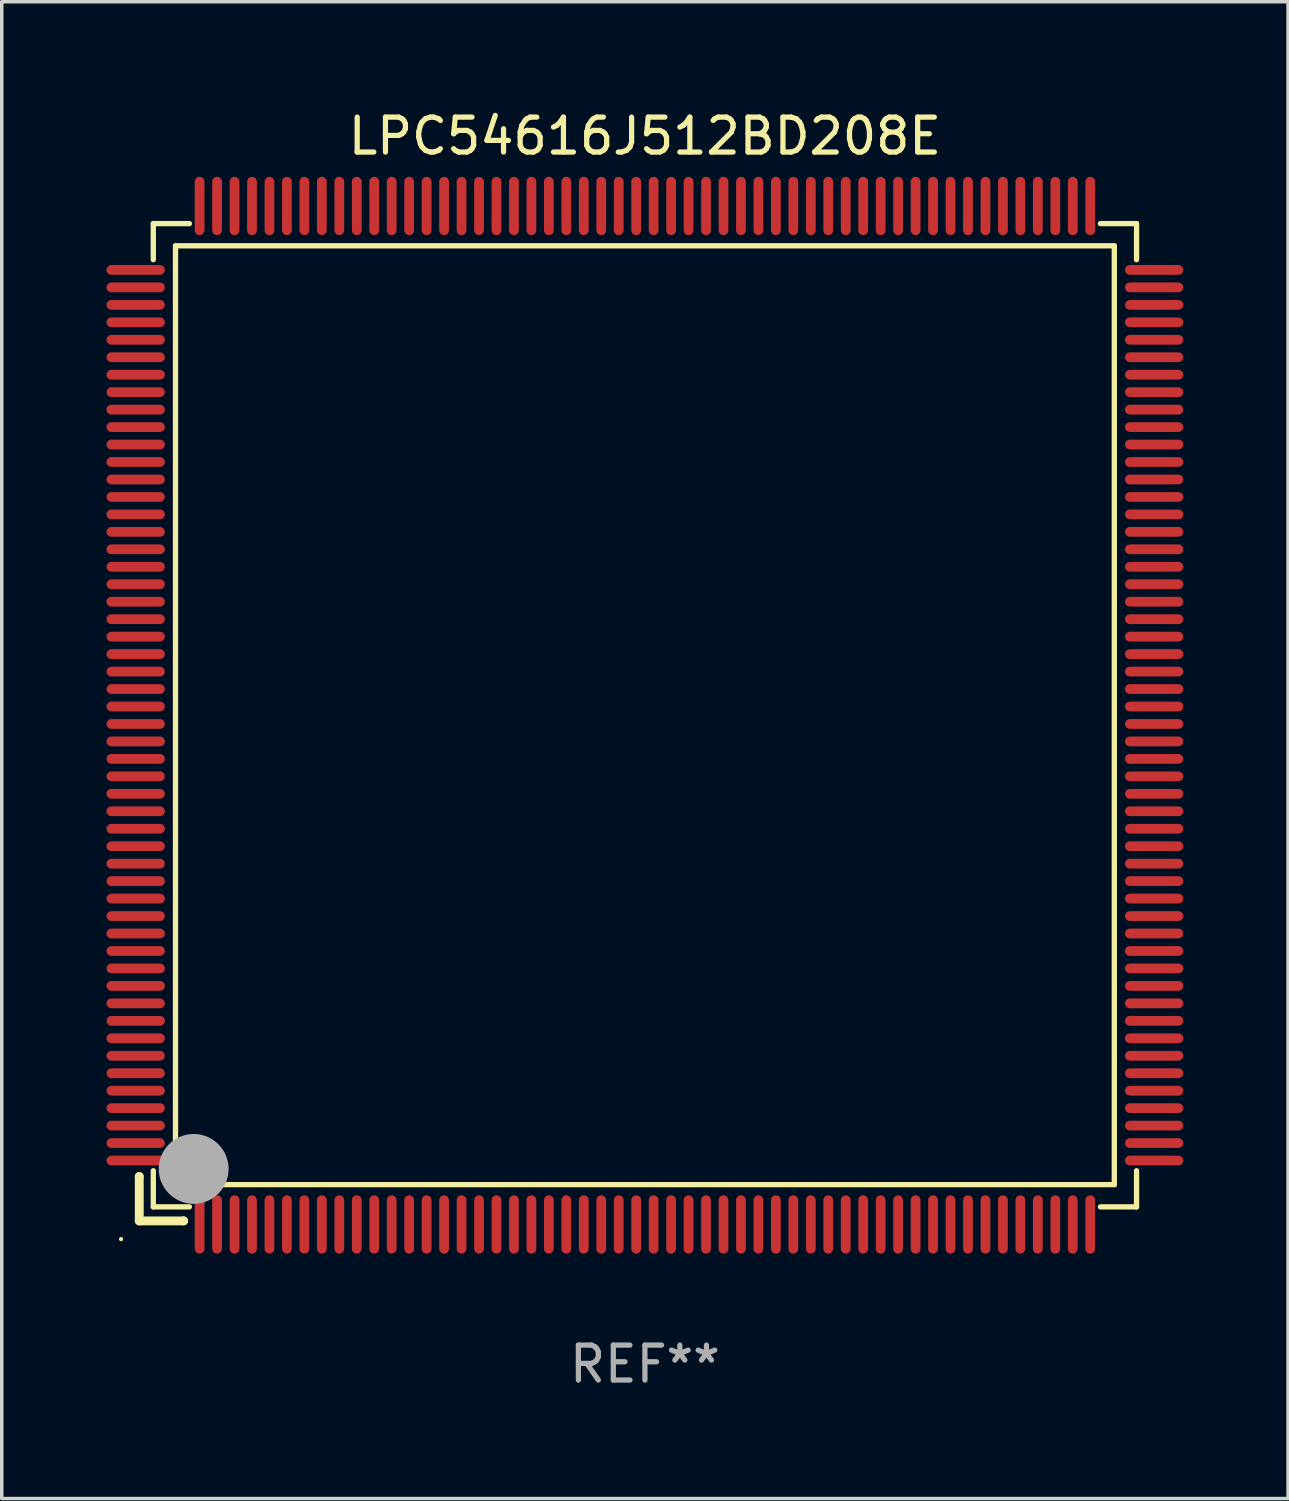
<source format=kicad_pcb>
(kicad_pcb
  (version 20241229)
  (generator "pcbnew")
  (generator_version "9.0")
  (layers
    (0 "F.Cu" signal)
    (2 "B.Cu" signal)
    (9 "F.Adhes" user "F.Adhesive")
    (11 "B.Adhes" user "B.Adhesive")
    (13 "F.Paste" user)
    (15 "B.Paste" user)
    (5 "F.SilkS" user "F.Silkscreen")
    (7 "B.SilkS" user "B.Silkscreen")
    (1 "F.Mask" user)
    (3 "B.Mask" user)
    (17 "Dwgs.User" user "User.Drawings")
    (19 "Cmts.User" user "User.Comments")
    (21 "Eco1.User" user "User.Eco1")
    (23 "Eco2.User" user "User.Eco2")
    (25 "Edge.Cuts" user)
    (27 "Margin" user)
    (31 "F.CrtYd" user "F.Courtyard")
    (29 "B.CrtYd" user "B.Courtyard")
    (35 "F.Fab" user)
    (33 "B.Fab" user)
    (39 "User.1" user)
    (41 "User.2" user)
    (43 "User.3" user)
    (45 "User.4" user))
  (footprint "LPC54616J512BD208E"
    (layer "F.Cu")
    (at 15.415 17.428)
    (property "Reference" "LPC54616J512BD208E" (at 0 -16.58 0) (layer "F.SilkS") (effects (font (size 1 1) (thickness 0.15))))
    (attr through_hole)
    (fp_line (start -14.478 13.208) (end -14.478 13.208) (stroke (width 0.254) (type solid)) (layer "F.SilkS"))
    (fp_line (start -14.478 13.208) (end -14.478 14.478) (stroke (width 0.254) (type solid)) (layer "F.SilkS"))
    (fp_line (start -14.478 14.478) (end -13.208 14.478) (stroke (width 0.254) (type solid)) (layer "F.SilkS"))
    (fp_line (start -14.076 -14.076) (end -14.076 -13.042) (stroke (width 0.152) (type solid)) (layer "F.SilkS"))
    (fp_line (start -14.076 14.076) (end -14.076 13.042) (stroke (width 0.152) (type solid)) (layer "F.SilkS"))
    (fp_line (start -13.44 -13.44) (end 13.44 -13.44) (stroke (width 0.152) (type solid)) (layer "F.SilkS"))
    (fp_line (start -13.44 13.44) (end -13.44 -13.44) (stroke (width 0.152) (type solid)) (layer "F.SilkS"))
    (fp_line (start -13.208 14.478) (end -13.208 14.478) (stroke (width 0.254) (type solid)) (layer "F.SilkS"))
    (fp_line (start -13.042 -14.076) (end -14.076 -14.076) (stroke (width 0.152) (type solid)) (layer "F.SilkS"))
    (fp_line (start -13.042 14.076) (end -14.076 14.076) (stroke (width 0.152) (type solid)) (layer "F.SilkS"))
    (fp_line (start 13.042 -14.076) (end 14.076 -14.076) (stroke (width 0.152) (type solid)) (layer "F.SilkS"))
    (fp_line (start 13.042 14.076) (end 14.076 14.076) (stroke (width 0.152) (type solid)) (layer "F.SilkS"))
    (fp_line (start 13.44 -13.44) (end 13.44 13.44) (stroke (width 0.152) (type solid)) (layer "F.SilkS"))
    (fp_line (start 13.44 13.44) (end -13.44 13.44) (stroke (width 0.152) (type solid)) (layer "F.SilkS"))
    (fp_line (start 14.076 -14.076) (end 14.076 -13.042) (stroke (width 0.152) (type solid)) (layer "F.SilkS"))
    (fp_line (start 14.076 14.076) (end 14.076 13.042) (stroke (width 0.152) (type solid)) (layer "F.SilkS"))
    (fp_circle (center -15 15) (end -14.97 15) (stroke (width 0.06) (type solid)) (fill no) (layer "F.SilkS"))
    (fp_circle (center -13.138 13.138) (end -13.063 13.138) (stroke (width 0.15) (type solid)) (fill no) (layer "F.SilkS"))
    (fp_circle (center -12.92 12.99) (end -12.42 12.99) (stroke (width 1) (type solid)) (fill no) (layer "F.Fab"))
    (fp_text user "REF**" (at 0 18.58 0) (layer "F.Fab") (effects (font (size 1 1) (thickness 0.15))))
    (pad "1" smd oval (at -12.75 14.58) (size 0.28 1.67) (layers "F.Cu" "F.Mask" "F.Paste"))
    (pad "2" smd oval (at -12.25 14.58) (size 0.28 1.67) (layers "F.Cu" "F.Mask" "F.Paste"))
    (pad "3" smd oval (at -11.75 14.58) (size 0.28 1.67) (layers "F.Cu" "F.Mask" "F.Paste"))
    (pad "4" smd oval (at -11.25 14.58) (size 0.28 1.67) (layers "F.Cu" "F.Mask" "F.Paste"))
    (pad "5" smd oval (at -10.75 14.58) (size 0.28 1.67) (layers "F.Cu" "F.Mask" "F.Paste"))
    (pad "6" smd oval (at -10.25 14.58) (size 0.28 1.67) (layers "F.Cu" "F.Mask" "F.Paste"))
    (pad "7" smd oval (at -9.75 14.58) (size 0.28 1.67) (layers "F.Cu" "F.Mask" "F.Paste"))
    (pad "8" smd oval (at -9.25 14.58) (size 0.28 1.67) (layers "F.Cu" "F.Mask" "F.Paste"))
    (pad "9" smd oval (at -8.75 14.58) (size 0.28 1.67) (layers "F.Cu" "F.Mask" "F.Paste"))
    (pad "10" smd oval (at -8.25 14.58) (size 0.28 1.67) (layers "F.Cu" "F.Mask" "F.Paste"))
    (pad "11" smd oval (at -7.75 14.58) (size 0.28 1.67) (layers "F.Cu" "F.Mask" "F.Paste"))
    (pad "12" smd oval (at -7.25 14.58) (size 0.28 1.67) (layers "F.Cu" "F.Mask" "F.Paste"))
    (pad "13" smd oval (at -6.75 14.58) (size 0.28 1.67) (layers "F.Cu" "F.Mask" "F.Paste"))
    (pad "14" smd oval (at -6.25 14.58) (size 0.28 1.67) (layers "F.Cu" "F.Mask" "F.Paste"))
    (pad "15" smd oval (at -5.75 14.58) (size 0.28 1.67) (layers "F.Cu" "F.Mask" "F.Paste"))
    (pad "16" smd oval (at -5.25 14.58) (size 0.28 1.67) (layers "F.Cu" "F.Mask" "F.Paste"))
    (pad "17" smd oval (at -4.75 14.58) (size 0.28 1.67) (layers "F.Cu" "F.Mask" "F.Paste"))
    (pad "18" smd oval (at -4.25 14.58) (size 0.28 1.67) (layers "F.Cu" "F.Mask" "F.Paste"))
    (pad "19" smd oval (at -3.75 14.58) (size 0.28 1.67) (layers "F.Cu" "F.Mask" "F.Paste"))
    (pad "20" smd oval (at -3.25 14.58) (size 0.28 1.67) (layers "F.Cu" "F.Mask" "F.Paste"))
    (pad "21" smd oval (at -2.75 14.58) (size 0.28 1.67) (layers "F.Cu" "F.Mask" "F.Paste"))
    (pad "22" smd oval (at -2.25 14.58) (size 0.28 1.67) (layers "F.Cu" "F.Mask" "F.Paste"))
    (pad "23" smd oval (at -1.75 14.58) (size 0.28 1.67) (layers "F.Cu" "F.Mask" "F.Paste"))
    (pad "24" smd oval (at -1.25 14.58) (size 0.28 1.67) (layers "F.Cu" "F.Mask" "F.Paste"))
    (pad "25" smd oval (at -0.75 14.58) (size 0.28 1.67) (layers "F.Cu" "F.Mask" "F.Paste"))
    (pad "26" smd oval (at -0.25 14.58) (size 0.28 1.67) (layers "F.Cu" "F.Mask" "F.Paste"))
    (pad "27" smd oval (at 0.25 14.58) (size 0.28 1.67) (layers "F.Cu" "F.Mask" "F.Paste"))
    (pad "28" smd oval (at 0.75 14.58) (size 0.28 1.67) (layers "F.Cu" "F.Mask" "F.Paste"))
    (pad "29" smd oval (at 1.25 14.58) (size 0.28 1.67) (layers "F.Cu" "F.Mask" "F.Paste"))
    (pad "30" smd oval (at 1.75 14.58) (size 0.28 1.67) (layers "F.Cu" "F.Mask" "F.Paste"))
    (pad "31" smd oval (at 2.25 14.58) (size 0.28 1.67) (layers "F.Cu" "F.Mask" "F.Paste"))
    (pad "32" smd oval (at 2.75 14.58) (size 0.28 1.67) (layers "F.Cu" "F.Mask" "F.Paste"))
    (pad "33" smd oval (at 3.25 14.58) (size 0.28 1.67) (layers "F.Cu" "F.Mask" "F.Paste"))
    (pad "34" smd oval (at 3.75 14.58) (size 0.28 1.67) (layers "F.Cu" "F.Mask" "F.Paste"))
    (pad "35" smd oval (at 4.25 14.58) (size 0.28 1.67) (layers "F.Cu" "F.Mask" "F.Paste"))
    (pad "36" smd oval (at 4.75 14.58) (size 0.28 1.67) (layers "F.Cu" "F.Mask" "F.Paste"))
    (pad "37" smd oval (at 5.25 14.58) (size 0.28 1.67) (layers "F.Cu" "F.Mask" "F.Paste"))
    (pad "38" smd oval (at 5.75 14.58) (size 0.28 1.67) (layers "F.Cu" "F.Mask" "F.Paste"))
    (pad "39" smd oval (at 6.25 14.58) (size 0.28 1.67) (layers "F.Cu" "F.Mask" "F.Paste"))
    (pad "40" smd oval (at 6.75 14.58) (size 0.28 1.67) (layers "F.Cu" "F.Mask" "F.Paste"))
    (pad "41" smd oval (at 7.25 14.58) (size 0.28 1.67) (layers "F.Cu" "F.Mask" "F.Paste"))
    (pad "42" smd oval (at 7.75 14.58) (size 0.28 1.67) (layers "F.Cu" "F.Mask" "F.Paste"))
    (pad "43" smd oval (at 8.25 14.58) (size 0.28 1.67) (layers "F.Cu" "F.Mask" "F.Paste"))
    (pad "44" smd oval (at 8.75 14.58) (size 0.28 1.67) (layers "F.Cu" "F.Mask" "F.Paste"))
    (pad "45" smd oval (at 9.25 14.58) (size 0.28 1.67) (layers "F.Cu" "F.Mask" "F.Paste"))
    (pad "46" smd oval (at 9.75 14.58) (size 0.28 1.67) (layers "F.Cu" "F.Mask" "F.Paste"))
    (pad "47" smd oval (at 10.25 14.58) (size 0.28 1.67) (layers "F.Cu" "F.Mask" "F.Paste"))
    (pad "48" smd oval (at 10.75 14.58) (size 0.28 1.67) (layers "F.Cu" "F.Mask" "F.Paste"))
    (pad "49" smd oval (at 11.25 14.58) (size 0.28 1.67) (layers "F.Cu" "F.Mask" "F.Paste"))
    (pad "50" smd oval (at 11.75 14.58) (size 0.28 1.67) (layers "F.Cu" "F.Mask" "F.Paste"))
    (pad "51" smd oval (at 12.25 14.58) (size 0.28 1.67) (layers "F.Cu" "F.Mask" "F.Paste"))
    (pad "52" smd oval (at 12.75 14.58) (size 0.28 1.67) (layers "F.Cu" "F.Mask" "F.Paste"))
    (pad "53" smd oval (at 14.58 12.75) (size 1.67 0.28) (layers "F.Cu" "F.Mask" "F.Paste"))
    (pad "54" smd oval (at 14.58 12.25) (size 1.67 0.28) (layers "F.Cu" "F.Mask" "F.Paste"))
    (pad "55" smd oval (at 14.58 11.75) (size 1.67 0.28) (layers "F.Cu" "F.Mask" "F.Paste"))
    (pad "56" smd oval (at 14.58 11.25) (size 1.67 0.28) (layers "F.Cu" "F.Mask" "F.Paste"))
    (pad "57" smd oval (at 14.58 10.75) (size 1.67 0.28) (layers "F.Cu" "F.Mask" "F.Paste"))
    (pad "58" smd oval (at 14.58 10.25) (size 1.67 0.28) (layers "F.Cu" "F.Mask" "F.Paste"))
    (pad "59" smd oval (at 14.58 9.75) (size 1.67 0.28) (layers "F.Cu" "F.Mask" "F.Paste"))
    (pad "60" smd oval (at 14.58 9.25) (size 1.67 0.28) (layers "F.Cu" "F.Mask" "F.Paste"))
    (pad "61" smd oval (at 14.58 8.75) (size 1.67 0.28) (layers "F.Cu" "F.Mask" "F.Paste"))
    (pad "62" smd oval (at 14.58 8.25) (size 1.67 0.28) (layers "F.Cu" "F.Mask" "F.Paste"))
    (pad "63" smd oval (at 14.58 7.75) (size 1.67 0.28) (layers "F.Cu" "F.Mask" "F.Paste"))
    (pad "64" smd oval (at 14.58 7.25) (size 1.67 0.28) (layers "F.Cu" "F.Mask" "F.Paste"))
    (pad "65" smd oval (at 14.58 6.75) (size 1.67 0.28) (layers "F.Cu" "F.Mask" "F.Paste"))
    (pad "66" smd oval (at 14.58 6.25) (size 1.67 0.28) (layers "F.Cu" "F.Mask" "F.Paste"))
    (pad "67" smd oval (at 14.58 5.75) (size 1.67 0.28) (layers "F.Cu" "F.Mask" "F.Paste"))
    (pad "68" smd oval (at 14.58 5.25) (size 1.67 0.28) (layers "F.Cu" "F.Mask" "F.Paste"))
    (pad "69" smd oval (at 14.58 4.75) (size 1.67 0.28) (layers "F.Cu" "F.Mask" "F.Paste"))
    (pad "70" smd oval (at 14.58 4.25) (size 1.67 0.28) (layers "F.Cu" "F.Mask" "F.Paste"))
    (pad "71" smd oval (at 14.58 3.75) (size 1.67 0.28) (layers "F.Cu" "F.Mask" "F.Paste"))
    (pad "72" smd oval (at 14.58 3.25) (size 1.67 0.28) (layers "F.Cu" "F.Mask" "F.Paste"))
    (pad "73" smd oval (at 14.58 2.75) (size 1.67 0.28) (layers "F.Cu" "F.Mask" "F.Paste"))
    (pad "74" smd oval (at 14.58 2.25) (size 1.67 0.28) (layers "F.Cu" "F.Mask" "F.Paste"))
    (pad "75" smd oval (at 14.58 1.75) (size 1.67 0.28) (layers "F.Cu" "F.Mask" "F.Paste"))
    (pad "76" smd oval (at 14.58 1.25) (size 1.67 0.28) (layers "F.Cu" "F.Mask" "F.Paste"))
    (pad "77" smd oval (at 14.58 0.75) (size 1.67 0.28) (layers "F.Cu" "F.Mask" "F.Paste"))
    (pad "78" smd oval (at 14.58 0.25) (size 1.67 0.28) (layers "F.Cu" "F.Mask" "F.Paste"))
    (pad "79" smd oval (at 14.58 -0.25) (size 1.67 0.28) (layers "F.Cu" "F.Mask" "F.Paste"))
    (pad "80" smd oval (at 14.58 -0.75) (size 1.67 0.28) (layers "F.Cu" "F.Mask" "F.Paste"))
    (pad "81" smd oval (at 14.58 -1.25) (size 1.67 0.28) (layers "F.Cu" "F.Mask" "F.Paste"))
    (pad "82" smd oval (at 14.58 -1.75) (size 1.67 0.28) (layers "F.Cu" "F.Mask" "F.Paste"))
    (pad "83" smd oval (at 14.58 -2.25) (size 1.67 0.28) (layers "F.Cu" "F.Mask" "F.Paste"))
    (pad "84" smd oval (at 14.58 -2.75) (size 1.67 0.28) (layers "F.Cu" "F.Mask" "F.Paste"))
    (pad "85" smd oval (at 14.58 -3.25) (size 1.67 0.28) (layers "F.Cu" "F.Mask" "F.Paste"))
    (pad "86" smd oval (at 14.58 -3.75) (size 1.67 0.28) (layers "F.Cu" "F.Mask" "F.Paste"))
    (pad "87" smd oval (at 14.58 -4.25) (size 1.67 0.28) (layers "F.Cu" "F.Mask" "F.Paste"))
    (pad "88" smd oval (at 14.58 -4.75) (size 1.67 0.28) (layers "F.Cu" "F.Mask" "F.Paste"))
    (pad "89" smd oval (at 14.58 -5.25) (size 1.67 0.28) (layers "F.Cu" "F.Mask" "F.Paste"))
    (pad "90" smd oval (at 14.58 -5.75) (size 1.67 0.28) (layers "F.Cu" "F.Mask" "F.Paste"))
    (pad "91" smd oval (at 14.58 -6.25) (size 1.67 0.28) (layers "F.Cu" "F.Mask" "F.Paste"))
    (pad "92" smd oval (at 14.58 -6.75) (size 1.67 0.28) (layers "F.Cu" "F.Mask" "F.Paste"))
    (pad "93" smd oval (at 14.58 -7.25) (size 1.67 0.28) (layers "F.Cu" "F.Mask" "F.Paste"))
    (pad "94" smd oval (at 14.58 -7.75) (size 1.67 0.28) (layers "F.Cu" "F.Mask" "F.Paste"))
    (pad "95" smd oval (at 14.58 -8.25) (size 1.67 0.28) (layers "F.Cu" "F.Mask" "F.Paste"))
    (pad "96" smd oval (at 14.58 -8.75) (size 1.67 0.28) (layers "F.Cu" "F.Mask" "F.Paste"))
    (pad "97" smd oval (at 14.58 -9.25) (size 1.67 0.28) (layers "F.Cu" "F.Mask" "F.Paste"))
    (pad "98" smd oval (at 14.58 -9.75) (size 1.67 0.28) (layers "F.Cu" "F.Mask" "F.Paste"))
    (pad "99" smd oval (at 14.58 -10.25) (size 1.67 0.28) (layers "F.Cu" "F.Mask" "F.Paste"))
    (pad "100" smd oval (at 14.58 -10.75) (size 1.67 0.28) (layers "F.Cu" "F.Mask" "F.Paste"))
    (pad "101" smd oval (at 14.58 -11.25) (size 1.67 0.28) (layers "F.Cu" "F.Mask" "F.Paste"))
    (pad "102" smd oval (at 14.58 -11.75) (size 1.67 0.28) (layers "F.Cu" "F.Mask" "F.Paste"))
    (pad "103" smd oval (at 14.58 -12.25) (size 1.67 0.28) (layers "F.Cu" "F.Mask" "F.Paste"))
    (pad "104" smd oval (at 14.58 -12.75) (size 1.67 0.28) (layers "F.Cu" "F.Mask" "F.Paste"))
    (pad "105" smd oval (at 12.75 -14.58) (size 0.28 1.67) (layers "F.Cu" "F.Mask" "F.Paste"))
    (pad "106" smd oval (at 12.25 -14.58) (size 0.28 1.67) (layers "F.Cu" "F.Mask" "F.Paste"))
    (pad "107" smd oval (at 11.75 -14.58) (size 0.28 1.67) (layers "F.Cu" "F.Mask" "F.Paste"))
    (pad "108" smd oval (at 11.25 -14.58) (size 0.28 1.67) (layers "F.Cu" "F.Mask" "F.Paste"))
    (pad "109" smd oval (at 10.75 -14.58) (size 0.28 1.67) (layers "F.Cu" "F.Mask" "F.Paste"))
    (pad "110" smd oval (at 10.25 -14.58) (size 0.28 1.67) (layers "F.Cu" "F.Mask" "F.Paste"))
    (pad "111" smd oval (at 9.75 -14.58) (size 0.28 1.67) (layers "F.Cu" "F.Mask" "F.Paste"))
    (pad "112" smd oval (at 9.25 -14.58) (size 0.28 1.67) (layers "F.Cu" "F.Mask" "F.Paste"))
    (pad "113" smd oval (at 8.75 -14.58) (size 0.28 1.67) (layers "F.Cu" "F.Mask" "F.Paste"))
    (pad "114" smd oval (at 8.25 -14.58) (size 0.28 1.67) (layers "F.Cu" "F.Mask" "F.Paste"))
    (pad "115" smd oval (at 7.75 -14.58) (size 0.28 1.67) (layers "F.Cu" "F.Mask" "F.Paste"))
    (pad "116" smd oval (at 7.25 -14.58) (size 0.28 1.67) (layers "F.Cu" "F.Mask" "F.Paste"))
    (pad "117" smd oval (at 6.75 -14.58) (size 0.28 1.67) (layers "F.Cu" "F.Mask" "F.Paste"))
    (pad "118" smd oval (at 6.25 -14.58) (size 0.28 1.67) (layers "F.Cu" "F.Mask" "F.Paste"))
    (pad "119" smd oval (at 5.75 -14.58) (size 0.28 1.67) (layers "F.Cu" "F.Mask" "F.Paste"))
    (pad "120" smd oval (at 5.25 -14.58) (size 0.28 1.67) (layers "F.Cu" "F.Mask" "F.Paste"))
    (pad "121" smd oval (at 4.75 -14.58) (size 0.28 1.67) (layers "F.Cu" "F.Mask" "F.Paste"))
    (pad "122" smd oval (at 4.25 -14.58) (size 0.28 1.67) (layers "F.Cu" "F.Mask" "F.Paste"))
    (pad "123" smd oval (at 3.75 -14.58) (size 0.28 1.67) (layers "F.Cu" "F.Mask" "F.Paste"))
    (pad "124" smd oval (at 3.25 -14.58) (size 0.28 1.67) (layers "F.Cu" "F.Mask" "F.Paste"))
    (pad "125" smd oval (at 2.75 -14.58) (size 0.28 1.67) (layers "F.Cu" "F.Mask" "F.Paste"))
    (pad "126" smd oval (at 2.25 -14.58) (size 0.28 1.67) (layers "F.Cu" "F.Mask" "F.Paste"))
    (pad "127" smd oval (at 1.75 -14.58) (size 0.28 1.67) (layers "F.Cu" "F.Mask" "F.Paste"))
    (pad "128" smd oval (at 1.25 -14.58) (size 0.28 1.67) (layers "F.Cu" "F.Mask" "F.Paste"))
    (pad "129" smd oval (at 0.75 -14.58) (size 0.28 1.67) (layers "F.Cu" "F.Mask" "F.Paste"))
    (pad "130" smd oval (at 0.25 -14.58) (size 0.28 1.67) (layers "F.Cu" "F.Mask" "F.Paste"))
    (pad "131" smd oval (at -0.25 -14.58) (size 0.28 1.67) (layers "F.Cu" "F.Mask" "F.Paste"))
    (pad "132" smd oval (at -0.75 -14.58) (size 0.28 1.67) (layers "F.Cu" "F.Mask" "F.Paste"))
    (pad "133" smd oval (at -1.25 -14.58) (size 0.28 1.67) (layers "F.Cu" "F.Mask" "F.Paste"))
    (pad "134" smd oval (at -1.75 -14.58) (size 0.28 1.67) (layers "F.Cu" "F.Mask" "F.Paste"))
    (pad "135" smd oval (at -2.25 -14.58) (size 0.28 1.67) (layers "F.Cu" "F.Mask" "F.Paste"))
    (pad "136" smd oval (at -2.75 -14.58) (size 0.28 1.67) (layers "F.Cu" "F.Mask" "F.Paste"))
    (pad "137" smd oval (at -3.25 -14.58) (size 0.28 1.67) (layers "F.Cu" "F.Mask" "F.Paste"))
    (pad "138" smd oval (at -3.75 -14.58) (size 0.28 1.67) (layers "F.Cu" "F.Mask" "F.Paste"))
    (pad "139" smd oval (at -4.25 -14.58) (size 0.28 1.67) (layers "F.Cu" "F.Mask" "F.Paste"))
    (pad "140" smd oval (at -4.75 -14.58) (size 0.28 1.67) (layers "F.Cu" "F.Mask" "F.Paste"))
    (pad "141" smd oval (at -5.25 -14.58) (size 0.28 1.67) (layers "F.Cu" "F.Mask" "F.Paste"))
    (pad "142" smd oval (at -5.75 -14.58) (size 0.28 1.67) (layers "F.Cu" "F.Mask" "F.Paste"))
    (pad "143" smd oval (at -6.25 -14.58) (size 0.28 1.67) (layers "F.Cu" "F.Mask" "F.Paste"))
    (pad "144" smd oval (at -6.75 -14.58) (size 0.28 1.67) (layers "F.Cu" "F.Mask" "F.Paste"))
    (pad "145" smd oval (at -7.25 -14.58) (size 0.28 1.67) (layers "F.Cu" "F.Mask" "F.Paste"))
    (pad "146" smd oval (at -7.75 -14.58) (size 0.28 1.67) (layers "F.Cu" "F.Mask" "F.Paste"))
    (pad "147" smd oval (at -8.25 -14.58) (size 0.28 1.67) (layers "F.Cu" "F.Mask" "F.Paste"))
    (pad "148" smd oval (at -8.75 -14.58) (size 0.28 1.67) (layers "F.Cu" "F.Mask" "F.Paste"))
    (pad "149" smd oval (at -9.25 -14.58) (size 0.28 1.67) (layers "F.Cu" "F.Mask" "F.Paste"))
    (pad "150" smd oval (at -9.75 -14.58) (size 0.28 1.67) (layers "F.Cu" "F.Mask" "F.Paste"))
    (pad "151" smd oval (at -10.25 -14.58) (size 0.28 1.67) (layers "F.Cu" "F.Mask" "F.Paste"))
    (pad "152" smd oval (at -10.75 -14.58) (size 0.28 1.67) (layers "F.Cu" "F.Mask" "F.Paste"))
    (pad "153" smd oval (at -11.25 -14.58) (size 0.28 1.67) (layers "F.Cu" "F.Mask" "F.Paste"))
    (pad "154" smd oval (at -11.75 -14.58) (size 0.28 1.67) (layers "F.Cu" "F.Mask" "F.Paste"))
    (pad "155" smd oval (at -12.25 -14.58) (size 0.28 1.67) (layers "F.Cu" "F.Mask" "F.Paste"))
    (pad "156" smd oval (at -12.75 -14.58) (size 0.28 1.67) (layers "F.Cu" "F.Mask" "F.Paste"))
    (pad "157" smd oval (at -14.58 -12.75) (size 1.67 0.28) (layers "F.Cu" "F.Mask" "F.Paste"))
    (pad "158" smd oval (at -14.58 -12.25) (size 1.67 0.28) (layers "F.Cu" "F.Mask" "F.Paste"))
    (pad "159" smd oval (at -14.58 -11.75) (size 1.67 0.28) (layers "F.Cu" "F.Mask" "F.Paste"))
    (pad "160" smd oval (at -14.58 -11.25) (size 1.67 0.28) (layers "F.Cu" "F.Mask" "F.Paste"))
    (pad "161" smd oval (at -14.58 -10.75) (size 1.67 0.28) (layers "F.Cu" "F.Mask" "F.Paste"))
    (pad "162" smd oval (at -14.58 -10.25) (size 1.67 0.28) (layers "F.Cu" "F.Mask" "F.Paste"))
    (pad "163" smd oval (at -14.58 -9.75) (size 1.67 0.28) (layers "F.Cu" "F.Mask" "F.Paste"))
    (pad "164" smd oval (at -14.58 -9.25) (size 1.67 0.28) (layers "F.Cu" "F.Mask" "F.Paste"))
    (pad "165" smd oval (at -14.58 -8.75) (size 1.67 0.28) (layers "F.Cu" "F.Mask" "F.Paste"))
    (pad "166" smd oval (at -14.58 -8.25) (size 1.67 0.28) (layers "F.Cu" "F.Mask" "F.Paste"))
    (pad "167" smd oval (at -14.58 -7.75) (size 1.67 0.28) (layers "F.Cu" "F.Mask" "F.Paste"))
    (pad "168" smd oval (at -14.58 -7.25) (size 1.67 0.28) (layers "F.Cu" "F.Mask" "F.Paste"))
    (pad "169" smd oval (at -14.58 -6.75) (size 1.67 0.28) (layers "F.Cu" "F.Mask" "F.Paste"))
    (pad "170" smd oval (at -14.58 -6.25) (size 1.67 0.28) (layers "F.Cu" "F.Mask" "F.Paste"))
    (pad "171" smd oval (at -14.58 -5.75) (size 1.67 0.28) (layers "F.Cu" "F.Mask" "F.Paste"))
    (pad "172" smd oval (at -14.58 -5.25) (size 1.67 0.28) (layers "F.Cu" "F.Mask" "F.Paste"))
    (pad "173" smd oval (at -14.58 -4.75) (size 1.67 0.28) (layers "F.Cu" "F.Mask" "F.Paste"))
    (pad "174" smd oval (at -14.58 -4.25) (size 1.67 0.28) (layers "F.Cu" "F.Mask" "F.Paste"))
    (pad "175" smd oval (at -14.58 -3.75) (size 1.67 0.28) (layers "F.Cu" "F.Mask" "F.Paste"))
    (pad "176" smd oval (at -14.58 -3.25) (size 1.67 0.28) (layers "F.Cu" "F.Mask" "F.Paste"))
    (pad "177" smd oval (at -14.58 -2.75) (size 1.67 0.28) (layers "F.Cu" "F.Mask" "F.Paste"))
    (pad "178" smd oval (at -14.58 -2.25) (size 1.67 0.28) (layers "F.Cu" "F.Mask" "F.Paste"))
    (pad "179" smd oval (at -14.58 -1.75) (size 1.67 0.28) (layers "F.Cu" "F.Mask" "F.Paste"))
    (pad "180" smd oval (at -14.58 -1.25) (size 1.67 0.28) (layers "F.Cu" "F.Mask" "F.Paste"))
    (pad "181" smd oval (at -14.58 -0.75) (size 1.67 0.28) (layers "F.Cu" "F.Mask" "F.Paste"))
    (pad "182" smd oval (at -14.58 -0.25) (size 1.67 0.28) (layers "F.Cu" "F.Mask" "F.Paste"))
    (pad "183" smd oval (at -14.58 0.25) (size 1.67 0.28) (layers "F.Cu" "F.Mask" "F.Paste"))
    (pad "184" smd oval (at -14.58 0.75) (size 1.67 0.28) (layers "F.Cu" "F.Mask" "F.Paste"))
    (pad "185" smd oval (at -14.58 1.25) (size 1.67 0.28) (layers "F.Cu" "F.Mask" "F.Paste"))
    (pad "186" smd oval (at -14.58 1.75) (size 1.67 0.28) (layers "F.Cu" "F.Mask" "F.Paste"))
    (pad "187" smd oval (at -14.58 2.25) (size 1.67 0.28) (layers "F.Cu" "F.Mask" "F.Paste"))
    (pad "188" smd oval (at -14.58 2.75) (size 1.67 0.28) (layers "F.Cu" "F.Mask" "F.Paste"))
    (pad "189" smd oval (at -14.58 3.25) (size 1.67 0.28) (layers "F.Cu" "F.Mask" "F.Paste"))
    (pad "190" smd oval (at -14.58 3.75) (size 1.67 0.28) (layers "F.Cu" "F.Mask" "F.Paste"))
    (pad "191" smd oval (at -14.58 4.25) (size 1.67 0.28) (layers "F.Cu" "F.Mask" "F.Paste"))
    (pad "192" smd oval (at -14.58 4.75) (size 1.67 0.28) (layers "F.Cu" "F.Mask" "F.Paste"))
    (pad "193" smd oval (at -14.58 5.25) (size 1.67 0.28) (layers "F.Cu" "F.Mask" "F.Paste"))
    (pad "194" smd oval (at -14.58 5.75) (size 1.67 0.28) (layers "F.Cu" "F.Mask" "F.Paste"))
    (pad "195" smd oval (at -14.58 6.25) (size 1.67 0.28) (layers "F.Cu" "F.Mask" "F.Paste"))
    (pad "196" smd oval (at -14.58 6.75) (size 1.67 0.28) (layers "F.Cu" "F.Mask" "F.Paste"))
    (pad "197" smd oval (at -14.58 7.25) (size 1.67 0.28) (layers "F.Cu" "F.Mask" "F.Paste"))
    (pad "198" smd oval (at -14.58 7.75) (size 1.67 0.28) (layers "F.Cu" "F.Mask" "F.Paste"))
    (pad "199" smd oval (at -14.58 8.25) (size 1.67 0.28) (layers "F.Cu" "F.Mask" "F.Paste"))
    (pad "200" smd oval (at -14.58 8.75) (size 1.67 0.28) (layers "F.Cu" "F.Mask" "F.Paste"))
    (pad "201" smd oval (at -14.58 9.25) (size 1.67 0.28) (layers "F.Cu" "F.Mask" "F.Paste"))
    (pad "202" smd oval (at -14.58 9.75) (size 1.67 0.28) (layers "F.Cu" "F.Mask" "F.Paste"))
    (pad "203" smd oval (at -14.58 10.25) (size 1.67 0.28) (layers "F.Cu" "F.Mask" "F.Paste"))
    (pad "204" smd oval (at -14.58 10.75) (size 1.67 0.28) (layers "F.Cu" "F.Mask" "F.Paste"))
    (pad "205" smd oval (at -14.58 11.25) (size 1.67 0.28) (layers "F.Cu" "F.Mask" "F.Paste"))
    (pad "206" smd oval (at -14.58 11.75) (size 1.67 0.28) (layers "F.Cu" "F.Mask" "F.Paste"))
    (pad "207" smd oval (at -14.58 12.25) (size 1.67 0.28) (layers "F.Cu" "F.Mask" "F.Paste"))
    (pad "208" smd oval (at -14.58 12.75) (size 1.67 0.28) (layers "F.Cu" "F.Mask" "F.Paste")))
  (gr_rect
    (start -3 -3)
    (end 33.83 39.856)
    (stroke (width 0.1) (type default))
    (fill no)
    (layer "Edge.Cuts")))
</source>
